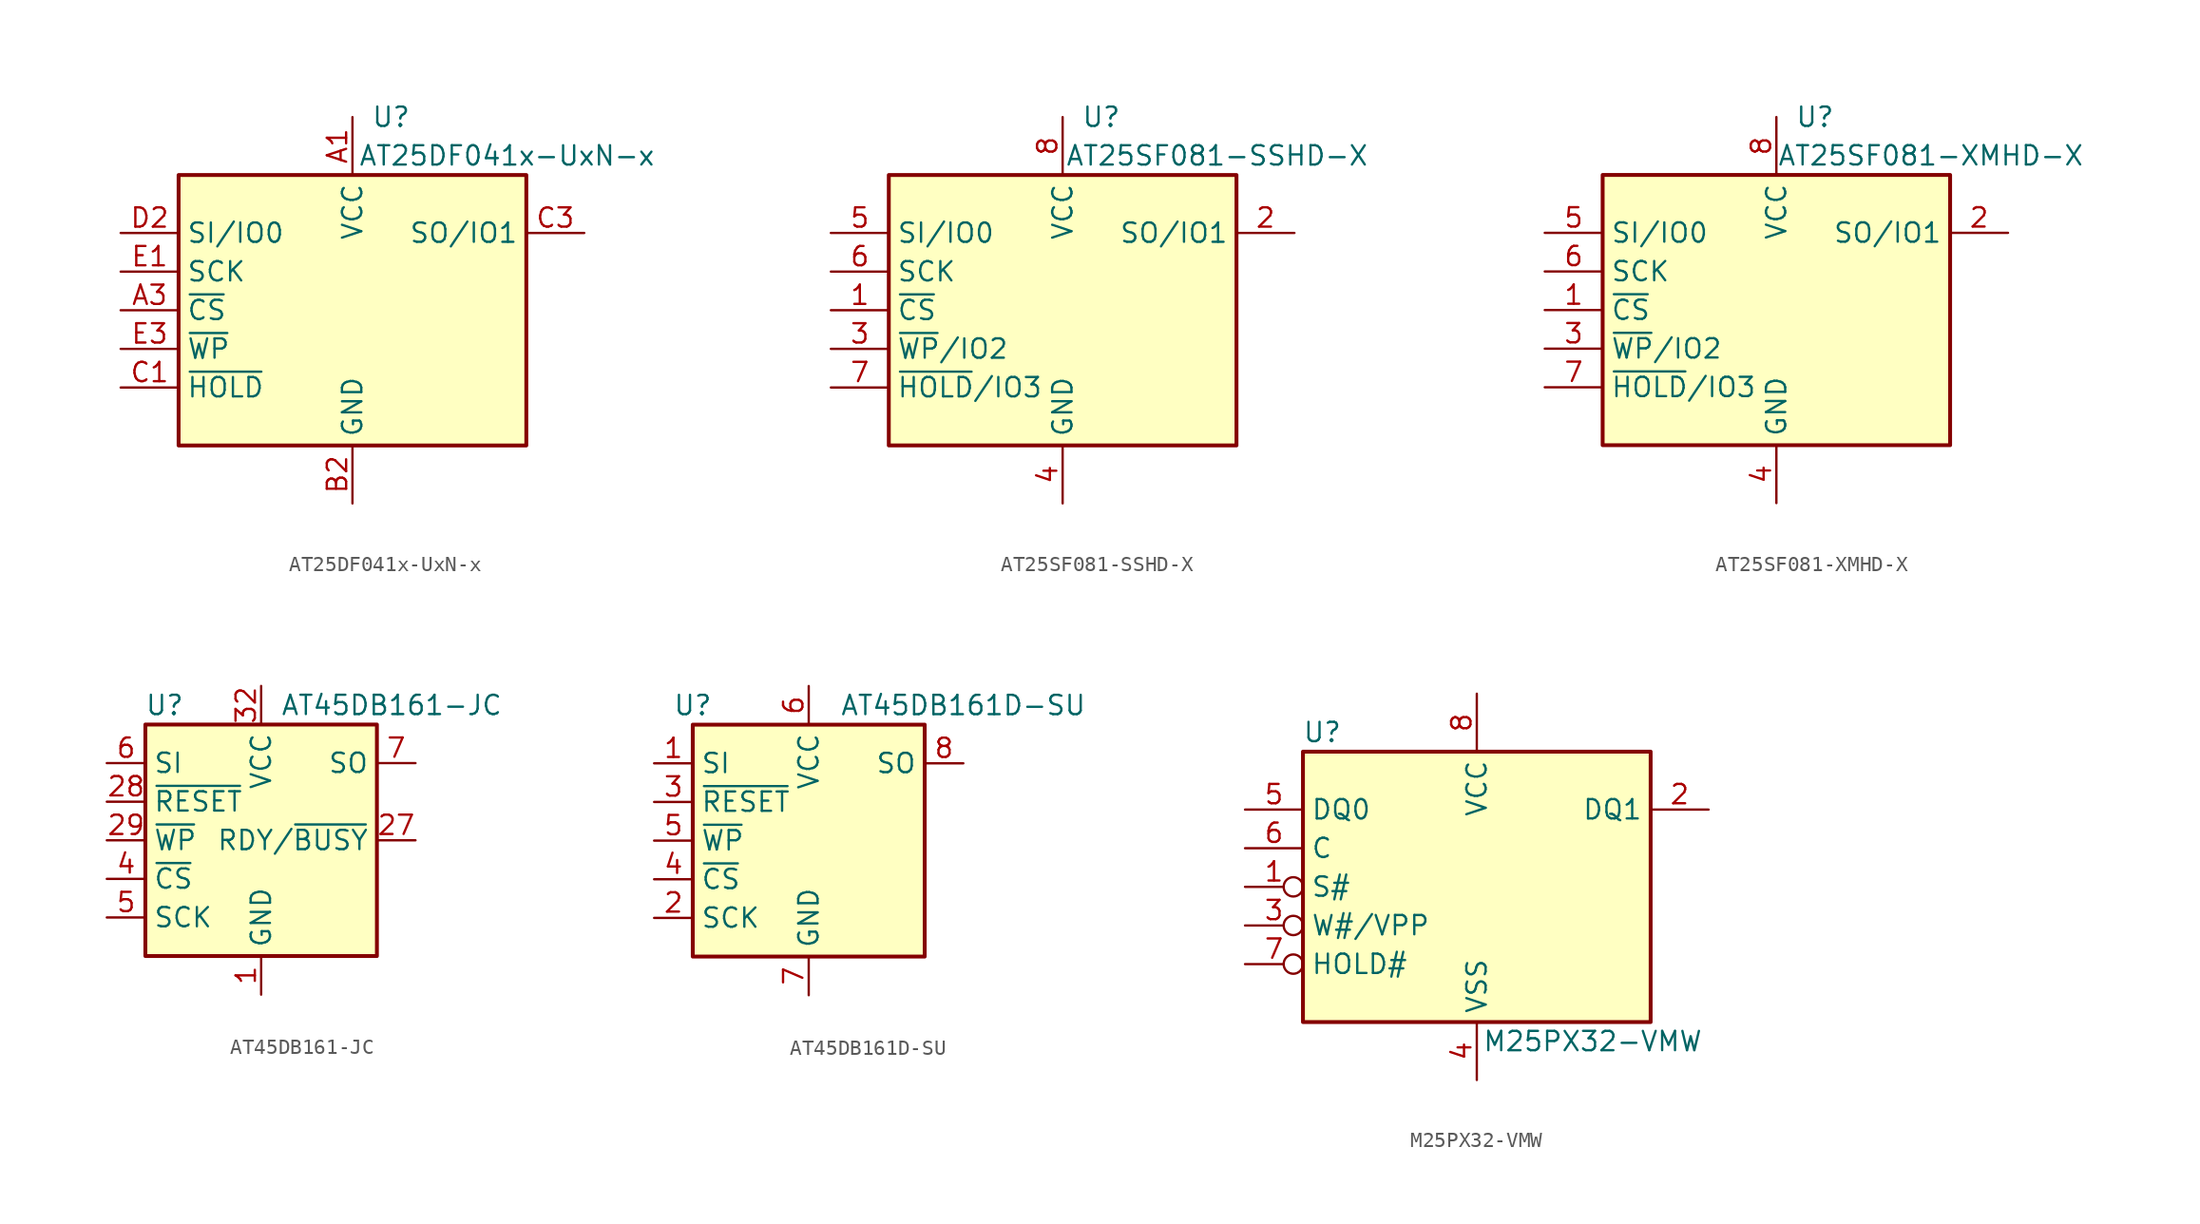
<source format=kicad_sym>
(kicad_symbol_lib
  (version 20200820)
  (host kicad_symbol_editor "5.99.0-a2341f0f33-1-1")
  (symbol "Memory_Flash:AT25DF041x-UxN-x"
    (pin_names
      (offset 0.508))
    (property "Reference" "U"
      (at 2.54 12.7 0)
      (effects (font (size 1.27 1.27))))
    (property "Value" "AT25DF041x-UxN-x"
      (at 10.16 10.16 0)
      (effects (font (size 1.27 1.27))))
    (symbol "AT25DF041x-UxN-x_1_1"
      (rectangle (start -11.43 8.89) (end 11.43 -8.89) (stroke (width 0.254)) (fill (type background)))
      (pin power_in line (at 0 12.7 270) (length 3.81) (name "VCC" (effects (font (size 1.27 1.27)))) (number "A1" (effects (font (size 1.27 1.27)))))
      (pin input line (at -15.24 0 0) (length 3.81) (name "~CS" (effects (font (size 1.27 1.27)))) (number "A3" (effects (font (size 1.27 1.27)))))
      (pin power_in line (at 0 -12.7 90) (length 3.81) (name "GND" (effects (font (size 1.27 1.27)))) (number "B2" (effects (font (size 1.27 1.27)))))
      (pin bidirectional line (at -15.24 -5.08 0) (length 3.81) (name "~HOLD~" (effects (font (size 1.27 1.27)))) (number "C1" (effects (font (size 1.27 1.27)))))
      (pin bidirectional line (at 15.24 5.08 180) (length 3.81) (name "SO/IO1" (effects (font (size 1.27 1.27)))) (number "C3" (effects (font (size 1.27 1.27)))))
      (pin bidirectional line (at -15.24 5.08 0) (length 3.81) (name "SI/IO0" (effects (font (size 1.27 1.27)))) (number "D2" (effects (font (size 1.27 1.27)))))
      (pin input line (at -15.24 2.54 0) (length 3.81) (name "SCK" (effects (font (size 1.27 1.27)))) (number "E1" (effects (font (size 1.27 1.27)))))
      (pin bidirectional line (at -15.24 -2.54 0) (length 3.81) (name "~WP~" (effects (font (size 1.27 1.27)))) (number "E3" (effects (font (size 1.27 1.27)))))))
  (symbol "Memory_Flash:AT25SF081-SSHD-X"
    (pin_names
      (offset 0.508))
    (property "Reference" "U"
      (at 2.54 12.7 0)
      (effects (font (size 1.27 1.27))))
    (property "Value" "AT25SF081-SSHD-X"
      (at 10.16 10.16 0)
      (effects (font (size 1.27 1.27))))
    (symbol "AT25SF081-SSHD-X_1_1"
      (rectangle (start -11.43 8.89) (end 11.43 -8.89) (stroke (width 0.254)) (fill (type background)))
      (pin input line (at -15.24 0 0) (length 3.81) (name "~CS" (effects (font (size 1.27 1.27)))) (number "1" (effects (font (size 1.27 1.27)))))
      (pin bidirectional line (at 15.24 5.08 180) (length 3.81) (name "SO/IO1" (effects (font (size 1.27 1.27)))) (number "2" (effects (font (size 1.27 1.27)))))
      (pin bidirectional line (at -15.24 -2.54 0) (length 3.81) (name "~WP~/IO2" (effects (font (size 1.27 1.27)))) (number "3" (effects (font (size 1.27 1.27)))))
      (pin power_in line (at 0 -12.7 90) (length 3.81) (name "GND" (effects (font (size 1.27 1.27)))) (number "4" (effects (font (size 1.27 1.27)))))
      (pin bidirectional line (at -15.24 5.08 0) (length 3.81) (name "SI/IO0" (effects (font (size 1.27 1.27)))) (number "5" (effects (font (size 1.27 1.27)))))
      (pin input line (at -15.24 2.54 0) (length 3.81) (name "SCK" (effects (font (size 1.27 1.27)))) (number "6" (effects (font (size 1.27 1.27)))))
      (pin bidirectional line (at -15.24 -5.08 0) (length 3.81) (name "~HOLD~/IO3" (effects (font (size 1.27 1.27)))) (number "7" (effects (font (size 1.27 1.27)))))
      (pin power_in line (at 0 12.7 270) (length 3.81) (name "VCC" (effects (font (size 1.27 1.27)))) (number "8" (effects (font (size 1.27 1.27)))))))
  (symbol "Memory_Flash:AT25SF081-XMHD-X"
    (pin_names
      (offset 0.508))
    (property "Reference" "U"
      (at 2.54 12.7 0)
      (effects (font (size 1.27 1.27))))
    (property "Value" "AT25SF081-XMHD-X"
      (at 10.16 10.16 0)
      (effects (font (size 1.27 1.27))))
    (symbol "AT25SF081-XMHD-X_1_1"
      (rectangle (start -11.43 8.89) (end 11.43 -8.89) (stroke (width 0.254)) (fill (type background)))
      (pin input line (at -15.24 0 0) (length 3.81) (name "~CS" (effects (font (size 1.27 1.27)))) (number "1" (effects (font (size 1.27 1.27)))))
      (pin bidirectional line (at 15.24 5.08 180) (length 3.81) (name "SO/IO1" (effects (font (size 1.27 1.27)))) (number "2" (effects (font (size 1.27 1.27)))))
      (pin bidirectional line (at -15.24 -2.54 0) (length 3.81) (name "~WP~/IO2" (effects (font (size 1.27 1.27)))) (number "3" (effects (font (size 1.27 1.27)))))
      (pin power_in line (at 0 -12.7 90) (length 3.81) (name "GND" (effects (font (size 1.27 1.27)))) (number "4" (effects (font (size 1.27 1.27)))))
      (pin bidirectional line (at -15.24 5.08 0) (length 3.81) (name "SI/IO0" (effects (font (size 1.27 1.27)))) (number "5" (effects (font (size 1.27 1.27)))))
      (pin input line (at -15.24 2.54 0) (length 3.81) (name "SCK" (effects (font (size 1.27 1.27)))) (number "6" (effects (font (size 1.27 1.27)))))
      (pin bidirectional line (at -15.24 -5.08 0) (length 3.81) (name "~HOLD~/IO3" (effects (font (size 1.27 1.27)))) (number "7" (effects (font (size 1.27 1.27)))))
      (pin power_in line (at 0 12.7 270) (length 3.81) (name "VCC" (effects (font (size 1.27 1.27)))) (number "8" (effects (font (size 1.27 1.27)))))))
  (symbol "Memory_Flash:AT45DB161-JC"
    (pin_names
      (offset 0.508))
    (property "Reference" "U"
      (at -6.35 8.89 0)
      (effects (font (size 1.27 1.27))))
    (property "Value" "AT45DB161-JC"
      (at 1.27 8.89 0)
      (effects (font (size 1.27 1.27)) (justify left)))
    (symbol "AT45DB161-JC_0_1"
      (rectangle (start -7.62 7.62) (end 7.62 -7.62) (stroke (width 0.254)) (fill (type background))))
    (symbol "AT45DB161-JC_1_1"
      (pin power_in line (at 0 -10.16 90) (length 2.54) (name "GND" (effects (font (size 1.27 1.27)))) (number "1" (effects (font (size 1.27 1.27)))))
      (pin output line (at 10.16 0 180) (length 2.54) (name "RDY/~BUSY" (effects (font (size 1.27 1.27)))) (number "27" (effects (font (size 1.27 1.27)))))
      (pin input line (at -10.16 2.54 0) (length 2.54) (name "~RESET" (effects (font (size 1.27 1.27)))) (number "28" (effects (font (size 1.27 1.27)))))
      (pin input line (at -10.16 0 0) (length 2.54) (name "~WP" (effects (font (size 1.27 1.27)))) (number "29" (effects (font (size 1.27 1.27)))))
      (pin power_in line (at 0 10.16 270) (length 2.54) (name "VCC" (effects (font (size 1.27 1.27)))) (number "32" (effects (font (size 1.27 1.27)))))
      (pin input line (at -10.16 -2.54 0) (length 2.54) (name "~CS" (effects (font (size 1.27 1.27)))) (number "4" (effects (font (size 1.27 1.27)))))
      (pin input line (at -10.16 -5.08 0) (length 2.54) (name "SCK" (effects (font (size 1.27 1.27)))) (number "5" (effects (font (size 1.27 1.27)))))
      (pin input line (at -10.16 5.08 0) (length 2.54) (name "SI" (effects (font (size 1.27 1.27)))) (number "6" (effects (font (size 1.27 1.27)))))
      (pin output line (at 10.16 5.08 180) (length 2.54) (name "SO" (effects (font (size 1.27 1.27)))) (number "7" (effects (font (size 1.27 1.27)))))))
  (symbol "Memory_Flash:AT45DB161D-SU"
    (pin_names
      (offset 0.508))
    (property "Reference" "U"
      (at -7.62 8.89 0)
      (effects (font (size 1.27 1.27))))
    (property "Value" "AT45DB161D-SU"
      (at 10.16 8.89 0)
      (effects (font (size 1.27 1.27))))
    (symbol "AT45DB161D-SU_1_1"
      (rectangle (start -7.62 7.62) (end 7.62 -7.62) (stroke (width 0.254)) (fill (type background)))
      (pin input line (at -10.16 5.08 0) (length 2.54) (name "SI" (effects (font (size 1.27 1.27)))) (number "1" (effects (font (size 1.27 1.27)))))
      (pin input line (at -10.16 -5.08 0) (length 2.54) (name "SCK" (effects (font (size 1.27 1.27)))) (number "2" (effects (font (size 1.27 1.27)))))
      (pin bidirectional line (at -10.16 2.54 0) (length 2.54) (name "~RESET~" (effects (font (size 1.27 1.27)))) (number "3" (effects (font (size 1.27 1.27)))))
      (pin input line (at -10.16 -2.54 0) (length 2.54) (name "~CS" (effects (font (size 1.27 1.27)))) (number "4" (effects (font (size 1.27 1.27)))))
      (pin input line (at -10.16 0 0) (length 2.54) (name "~WP" (effects (font (size 1.27 1.27)))) (number "5" (effects (font (size 1.27 1.27)))))
      (pin power_in line (at 0 10.16 270) (length 2.54) (name "VCC" (effects (font (size 1.27 1.27)))) (number "6" (effects (font (size 1.27 1.27)))))
      (pin power_in line (at 0 -10.16 90) (length 2.54) (name "GND" (effects (font (size 1.27 1.27)))) (number "7" (effects (font (size 1.27 1.27)))))
      (pin output line (at 10.16 5.08 180) (length 2.54) (name "SO" (effects (font (size 1.27 1.27)))) (number "8" (effects (font (size 1.27 1.27)))))))
  (symbol "Memory_Flash:M25PX32-VMW"
    (pin_names
      (offset 0.508))
    (property "Reference" "U"
      (at -10.16 10.16 0)
      (effects (font (size 1.27 1.27))))
    (property "Value" "M25PX32-VMW"
      (at 7.62 -10.16 0)
      (effects (font (size 1.27 1.27))))
    (symbol "M25PX32-VMW_0_1"
      (rectangle (start -11.43 8.89) (end 11.43 -8.89) (stroke (width 0.254)) (fill (type background))))
    (symbol "M25PX32-VMW_1_1"
      (pin input inverted (at -15.24 0 0) (length 3.81) (name "S#" (effects (font (size 1.27 1.27)))) (number "1" (effects (font (size 1.27 1.27)))))
      (pin bidirectional line (at 15.24 5.08 180) (length 3.81) (name "DQ1" (effects (font (size 1.27 1.27)))) (number "2" (effects (font (size 1.27 1.27)))))
      (pin input inverted (at -15.24 -2.54 0) (length 3.81) (name "W#/VPP" (effects (font (size 1.27 1.27)))) (number "3" (effects (font (size 1.27 1.27)))))
      (pin power_in line (at 0 -12.7 90) (length 3.81) (name "VSS" (effects (font (size 1.27 1.27)))) (number "4" (effects (font (size 1.27 1.27)))))
      (pin bidirectional line (at -15.24 5.08 0) (length 3.81) (name "DQ0" (effects (font (size 1.27 1.27)))) (number "5" (effects (font (size 1.27 1.27)))))
      (pin input line (at -15.24 2.54 0) (length 3.81) (name "C" (effects (font (size 1.27 1.27)))) (number "6" (effects (font (size 1.27 1.27)))))
      (pin input inverted (at -15.24 -5.08 0) (length 3.81) (name "HOLD#" (effects (font (size 1.27 1.27)))) (number "7" (effects (font (size 1.27 1.27)))))
      (pin power_in line (at 0 12.7 270) (length 3.81) (name "VCC" (effects (font (size 1.27 1.27)))) (number "8" (effects (font (size 1.27 1.27))))))))
</source>
